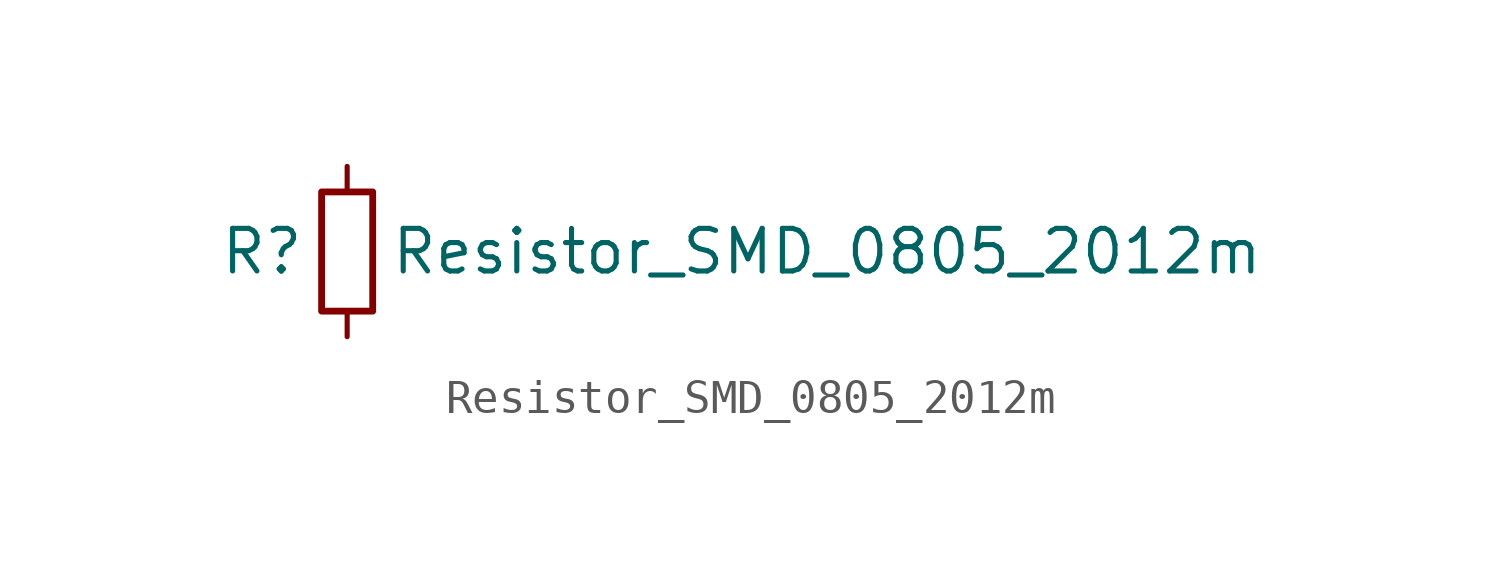
<source format=kicad_sym>
(kicad_symbol_lib
  (version 20211014)
  (generator kicad_symbol_editor)
  (symbol "Resistor_SMD_0805_2012m"
    (pin_numbers hide)
    (pin_names
      (offset 1.27) hide)
    (property "Reference" "R"
      (at -2.54 0 0)
      (effects (font (size 1.27 1.27))))
    (property "Value" "Resistor_SMD_0805_2012m"
      (at 1.27 0 0)
      (effects (font (size 1.27 1.27)) (justify left)))
    (symbol "Resistor_SMD_0805_2012m_1_1"
      (rectangle (start -0.762 1.778) (end 0.762 -1.778) (stroke (width 0.203) (type default) (color 0 0 0 0)) (fill (type none)))
      (pin passive line (at 0 2.54 270) (length 0.762) (name "~" (effects (font (size 1.27 1.27)))) (number "1" (effects (font (size 1.27 1.27)))))
      (pin passive line (at 0 -2.54 90) (length 0.762) (name "~" (effects (font (size 1.27 1.27)))) (number "2" (effects (font (size 1.27 1.27))))))))
</source>
